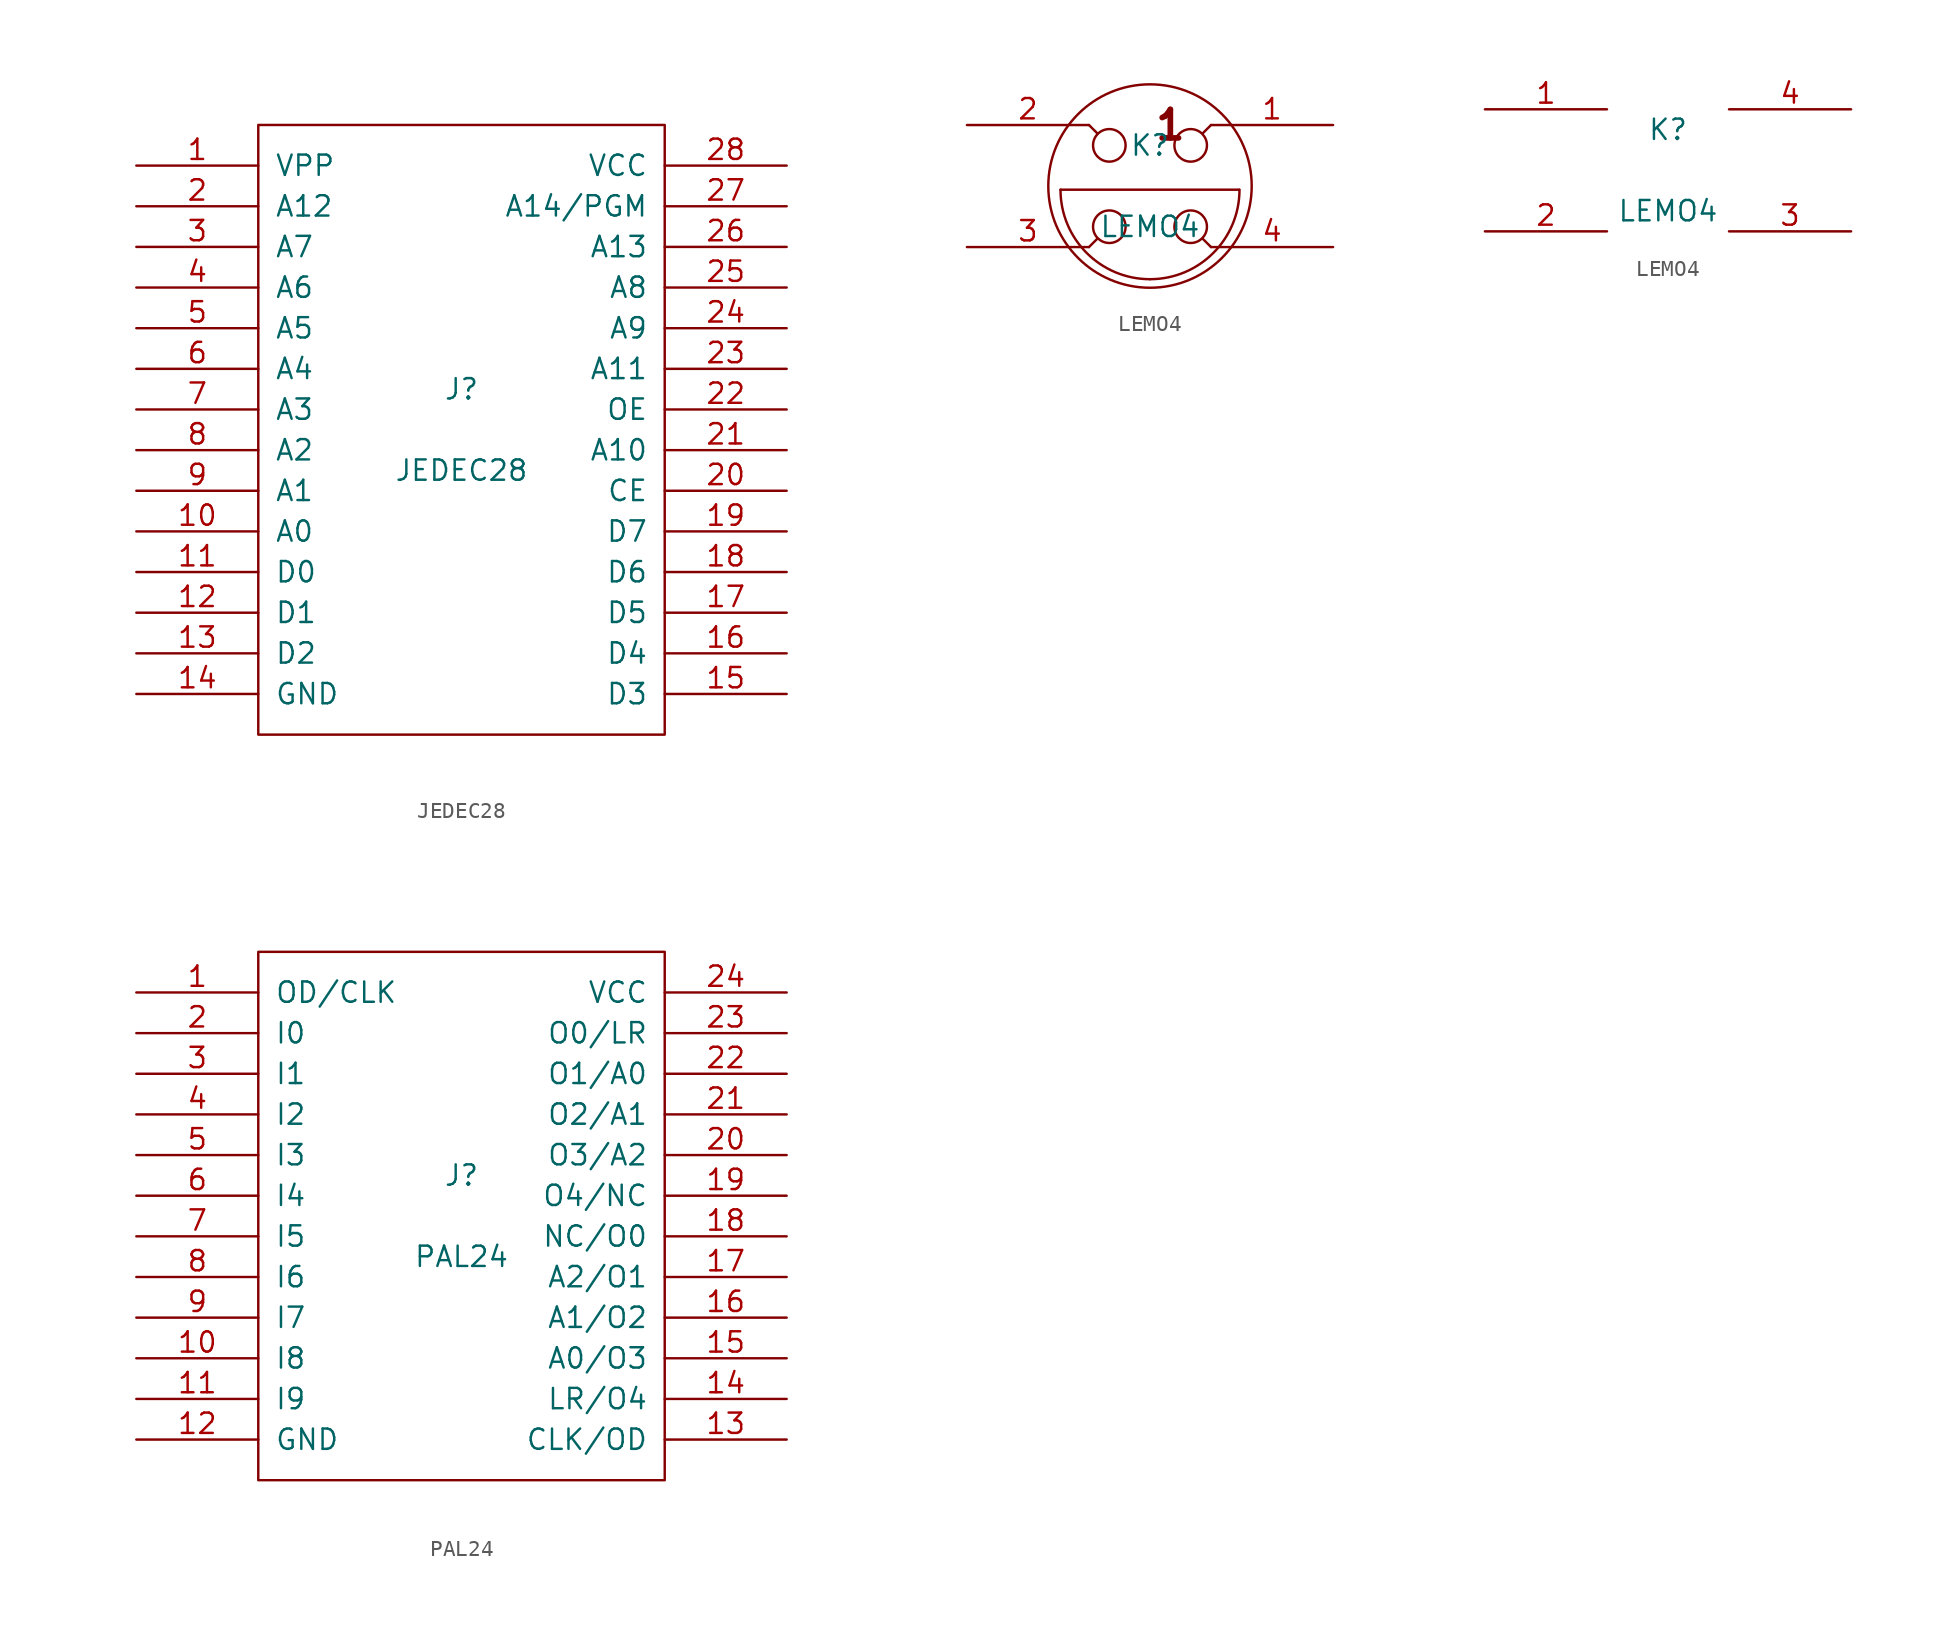
<source format=kicad_sym>
(kicad_symbol_lib
  (version 20211014)
  (generator kicad_symbol_editor)
  (symbol "JEDEC28"
    (pin_names
      (offset 1.016))
    (property "Reference" "J"
      (at 0 2.54 0)
      (effects (font (size 1.27 1.27))))
    (property "Value" "JEDEC28"
      (at 0 -2.54 0)
      (effects (font (size 1.27 1.27))))
    (property "Footprint" ""
      (at 0 0 0)
      (effects (font (size 1.27 1.27))))
    (property "Datasheet" ""
      (at 0 0 0)
      (effects (font (size 1.27 1.27))))
    (symbol "JEDEC28_0_1"
      (rectangle (start -12.7 -19.05) (end 12.7 19.05) (stroke (width 0) (type default) (color 0 0 0 0)) (fill (type none))))
    (symbol "JEDEC28_1_1"
      (pin passive line (at -20.32 16.51 0) (length 7.62) (name "VPP" (effects (font (size 1.27 1.27)))) (number "1" (effects (font (size 1.27 1.27)))))
      (pin passive line (at -20.32 -6.35 0) (length 7.62) (name "A0" (effects (font (size 1.27 1.27)))) (number "10" (effects (font (size 1.27 1.27)))))
      (pin passive line (at -20.32 -8.89 0) (length 7.62) (name "D0" (effects (font (size 1.27 1.27)))) (number "11" (effects (font (size 1.27 1.27)))))
      (pin input line (at -20.32 -11.43 0) (length 7.62) (name "D1" (effects (font (size 1.27 1.27)))) (number "12" (effects (font (size 1.27 1.27)))))
      (pin passive line (at -20.32 -13.97 0) (length 7.62) (name "D2" (effects (font (size 1.27 1.27)))) (number "13" (effects (font (size 1.27 1.27)))))
      (pin passive line (at -20.32 -16.51 0) (length 7.62) (name "GND" (effects (font (size 1.27 1.27)))) (number "14" (effects (font (size 1.27 1.27)))))
      (pin passive line (at 20.32 -16.51 180) (length 7.62) (name "D3" (effects (font (size 1.27 1.27)))) (number "15" (effects (font (size 1.27 1.27)))))
      (pin passive line (at 20.32 -13.97 180) (length 7.62) (name "D4" (effects (font (size 1.27 1.27)))) (number "16" (effects (font (size 1.27 1.27)))))
      (pin passive line (at 20.32 -11.43 180) (length 7.62) (name "D5" (effects (font (size 1.27 1.27)))) (number "17" (effects (font (size 1.27 1.27)))))
      (pin passive line (at 20.32 -8.89 180) (length 7.62) (name "D6" (effects (font (size 1.27 1.27)))) (number "18" (effects (font (size 1.27 1.27)))))
      (pin passive line (at 20.32 -6.35 180) (length 7.62) (name "D7" (effects (font (size 1.27 1.27)))) (number "19" (effects (font (size 1.27 1.27)))))
      (pin passive line (at -20.32 13.97 0) (length 7.62) (name "A12" (effects (font (size 1.27 1.27)))) (number "2" (effects (font (size 1.27 1.27)))))
      (pin passive line (at 20.32 -3.81 180) (length 7.62) (name "CE" (effects (font (size 1.27 1.27)))) (number "20" (effects (font (size 1.27 1.27)))))
      (pin passive line (at 20.32 -1.27 180) (length 7.62) (name "A10" (effects (font (size 1.27 1.27)))) (number "21" (effects (font (size 1.27 1.27)))))
      (pin passive line (at 20.32 1.27 180) (length 7.62) (name "OE" (effects (font (size 1.27 1.27)))) (number "22" (effects (font (size 1.27 1.27)))))
      (pin passive line (at 20.32 3.81 180) (length 7.62) (name "A11" (effects (font (size 1.27 1.27)))) (number "23" (effects (font (size 1.27 1.27)))))
      (pin passive line (at 20.32 6.35 180) (length 7.62) (name "A9" (effects (font (size 1.27 1.27)))) (number "24" (effects (font (size 1.27 1.27)))))
      (pin passive line (at 20.32 8.89 180) (length 7.62) (name "A8" (effects (font (size 1.27 1.27)))) (number "25" (effects (font (size 1.27 1.27)))))
      (pin passive line (at 20.32 11.43 180) (length 7.62) (name "A13" (effects (font (size 1.27 1.27)))) (number "26" (effects (font (size 1.27 1.27)))))
      (pin passive line (at 20.32 13.97 180) (length 7.62) (name "A14/PGM" (effects (font (size 1.27 1.27)))) (number "27" (effects (font (size 1.27 1.27)))))
      (pin passive line (at 20.32 16.51 180) (length 7.62) (name "VCC" (effects (font (size 1.27 1.27)))) (number "28" (effects (font (size 1.27 1.27)))))
      (pin passive line (at -20.32 11.43 0) (length 7.62) (name "A7" (effects (font (size 1.27 1.27)))) (number "3" (effects (font (size 1.27 1.27)))))
      (pin passive line (at -20.32 8.89 0) (length 7.62) (name "A6" (effects (font (size 1.27 1.27)))) (number "4" (effects (font (size 1.27 1.27)))))
      (pin passive line (at -20.32 6.35 0) (length 7.62) (name "A5" (effects (font (size 1.27 1.27)))) (number "5" (effects (font (size 1.27 1.27)))))
      (pin passive line (at -20.32 3.81 0) (length 7.62) (name "A4" (effects (font (size 1.27 1.27)))) (number "6" (effects (font (size 1.27 1.27)))))
      (pin passive line (at -20.32 1.27 0) (length 7.62) (name "A3" (effects (font (size 1.27 1.27)))) (number "7" (effects (font (size 1.27 1.27)))))
      (pin passive line (at -20.32 -1.27 0) (length 7.62) (name "A2" (effects (font (size 1.27 1.27)))) (number "8" (effects (font (size 1.27 1.27)))))
      (pin passive line (at -20.32 -3.81 0) (length 7.62) (name "A1" (effects (font (size 1.27 1.27)))) (number "9" (effects (font (size 1.27 1.27)))))))
  (symbol "LEMO4"
    (pin_names
      (offset 1.016) hide)
    (property "Reference" "K"
      (at 0 2.54 0)
      (effects (font (size 1.27 1.27))))
    (property "Value" "LEMO4"
      (at 0 -2.54 0)
      (effects (font (size 1.27 1.27))))
    (property "Footprint" ""
      (at 0 0 0)
      (effects (font (size 1.27 1.27))))
    (property "Datasheet" ""
      (at 0 0 0)
      (effects (font (size 1.27 1.27))))
    (symbol "LEMO4_0_1"
      (arc (start -5.588 -0.2286) (mid -3.9513 -4.1799) (end 0 -5.8166) (stroke (width 0) (type default) (color 0 0 0 0)) (fill (type none)))
      (circle (center -2.54 -2.54) (radius 1.016) (stroke (width 0) (type default) (color 0 0 0 0)) (fill (type none)))
      (circle (center -2.54 2.54) (radius 1.016) (stroke (width 0) (type default) (color 0 0 0 0)) (fill (type none)))
      (arc (start 0 -5.8166) (mid 3.9513 -4.1799) (end 5.588 -0.2286) (stroke (width 0) (type default) (color 0 0 0 0)) (fill (type none)))
      (polyline (pts (xy -5.588 -0.229) (xy 5.563 -0.229)) (stroke (width 0) (type default) (color 0 0 0 0)) (fill (type none)))
      (polyline (pts (xy -3.81 -3.81) (xy -3.302 -3.302)) (stroke (width 0) (type default) (color 0 0 0 0)) (fill (type none)))
      (polyline (pts (xy -3.81 3.81) (xy -3.302 3.302)) (stroke (width 0) (type default) (color 0 0 0 0)) (fill (type none)))
      (polyline (pts (xy 3.81 -3.81) (xy 3.302 -3.302)) (stroke (width 0) (type default) (color 0 0 0 0)) (fill (type none)))
      (polyline (pts (xy 3.81 3.81) (xy 3.302 3.302)) (stroke (width 0) (type default) (color 0 0 0 0)) (fill (type none)))
      (circle (center 0 0) (radius 6.35) (stroke (width 0) (type default) (color 0 0 0 0)) (fill (type none)))
      (circle (center 2.54 -2.54) (radius 1.016) (stroke (width 0) (type default) (color 0 0 0 0)) (fill (type none)))
      (circle (center 2.54 2.54) (radius 1.016) (stroke (width 0) (type default) (color 0 0 0 0)) (fill (type none)))
      (text "1" (at 1.27 3.81 0) (effects (font (size 1.778 1.778) bold))))
    (symbol "LEMO4_1_1"
      (pin bidirectional line (at 11.43 3.81 180) (length 7.62) (name "~" (effects (font (size 1.27 1.27)))) (number "1" (effects (font (size 1.27 1.27)))))
      (pin bidirectional line (at -11.43 3.81 0) (length 7.62) (name "~" (effects (font (size 1.27 1.27)))) (number "2" (effects (font (size 1.27 1.27)))))
      (pin bidirectional line (at -11.43 -3.81 0) (length 7.62) (name "~" (effects (font (size 1.27 1.27)))) (number "3" (effects (font (size 1.27 1.27)))))
      (pin bidirectional line (at 11.43 -3.81 180) (length 7.62) (name "~" (effects (font (size 1.27 1.27)))) (number "4" (effects (font (size 1.27 1.27))))))
    (symbol "LEMO4_1_2"
      (pin bidirectional line (at -11.43 3.81 0) (length 7.62) (name "~" (effects (font (size 1.27 1.27)))) (number "1" (effects (font (size 1.27 1.27)))))
      (pin bidirectional line (at -11.43 -3.81 0) (length 7.62) (name "~" (effects (font (size 1.27 1.27)))) (number "2" (effects (font (size 1.27 1.27)))))
      (pin bidirectional line (at 11.43 -3.81 180) (length 7.62) (name "~" (effects (font (size 1.27 1.27)))) (number "3" (effects (font (size 1.27 1.27)))))
      (pin bidirectional line (at 11.43 3.81 180) (length 7.62) (name "~" (effects (font (size 1.27 1.27)))) (number "4" (effects (font (size 1.27 1.27)))))))
  (symbol "PAL24"
    (pin_names
      (offset 1.016))
    (property "Reference" "J"
      (at 0 2.54 0)
      (effects (font (size 1.27 1.27))))
    (property "Value" "PAL24"
      (at 0 -2.54 0)
      (effects (font (size 1.27 1.27))))
    (property "Footprint" ""
      (at 0 0 0)
      (effects (font (size 1.27 1.27))))
    (property "Datasheet" ""
      (at 0 0 0)
      (effects (font (size 1.27 1.27))))
    (symbol "PAL24_0_1"
      (rectangle (start -12.7 -16.51) (end 12.7 16.51) (stroke (width 0) (type default) (color 0 0 0 0)) (fill (type none))))
    (symbol "PAL24_1_1"
      (pin passive line (at -20.32 13.97 0) (length 7.62) (name "OD/CLK" (effects (font (size 1.27 1.27)))) (number "1" (effects (font (size 1.27 1.27)))))
      (pin passive line (at -20.32 -8.89 0) (length 7.62) (name "I8" (effects (font (size 1.27 1.27)))) (number "10" (effects (font (size 1.27 1.27)))))
      (pin passive line (at -20.32 -11.43 0) (length 7.62) (name "I9" (effects (font (size 1.27 1.27)))) (number "11" (effects (font (size 1.27 1.27)))))
      (pin passive line (at -20.32 -13.97 0) (length 7.62) (name "GND" (effects (font (size 1.27 1.27)))) (number "12" (effects (font (size 1.27 1.27)))))
      (pin passive line (at 20.32 -13.97 180) (length 7.62) (name "CLK/OD" (effects (font (size 1.27 1.27)))) (number "13" (effects (font (size 1.27 1.27)))))
      (pin passive line (at 20.32 -11.43 180) (length 7.62) (name "LR/O4" (effects (font (size 1.27 1.27)))) (number "14" (effects (font (size 1.27 1.27)))))
      (pin passive line (at 20.32 -8.89 180) (length 7.62) (name "A0/O3" (effects (font (size 1.27 1.27)))) (number "15" (effects (font (size 1.27 1.27)))))
      (pin passive line (at 20.32 -6.35 180) (length 7.62) (name "A1/O2" (effects (font (size 1.27 1.27)))) (number "16" (effects (font (size 1.27 1.27)))))
      (pin passive line (at 20.32 -3.81 180) (length 7.62) (name "A2/O1" (effects (font (size 1.27 1.27)))) (number "17" (effects (font (size 1.27 1.27)))))
      (pin passive line (at 20.32 -1.27 180) (length 7.62) (name "NC/O0" (effects (font (size 1.27 1.27)))) (number "18" (effects (font (size 1.27 1.27)))))
      (pin passive line (at 20.32 1.27 180) (length 7.62) (name "O4/NC" (effects (font (size 1.27 1.27)))) (number "19" (effects (font (size 1.27 1.27)))))
      (pin passive line (at -20.32 11.43 0) (length 7.62) (name "I0" (effects (font (size 1.27 1.27)))) (number "2" (effects (font (size 1.27 1.27)))))
      (pin passive line (at 20.32 3.81 180) (length 7.62) (name "O3/A2" (effects (font (size 1.27 1.27)))) (number "20" (effects (font (size 1.27 1.27)))))
      (pin passive line (at 20.32 6.35 180) (length 7.62) (name "O2/A1" (effects (font (size 1.27 1.27)))) (number "21" (effects (font (size 1.27 1.27)))))
      (pin passive line (at 20.32 8.89 180) (length 7.62) (name "O1/A0" (effects (font (size 1.27 1.27)))) (number "22" (effects (font (size 1.27 1.27)))))
      (pin passive line (at 20.32 11.43 180) (length 7.62) (name "O0/LR" (effects (font (size 1.27 1.27)))) (number "23" (effects (font (size 1.27 1.27)))))
      (pin passive line (at 20.32 13.97 180) (length 7.62) (name "VCC" (effects (font (size 1.27 1.27)))) (number "24" (effects (font (size 1.27 1.27)))))
      (pin passive line (at -20.32 8.89 0) (length 7.62) (name "I1" (effects (font (size 1.27 1.27)))) (number "3" (effects (font (size 1.27 1.27)))))
      (pin passive line (at -20.32 6.35 0) (length 7.62) (name "I2" (effects (font (size 1.27 1.27)))) (number "4" (effects (font (size 1.27 1.27)))))
      (pin passive line (at -20.32 3.81 0) (length 7.62) (name "I3" (effects (font (size 1.27 1.27)))) (number "5" (effects (font (size 1.27 1.27)))))
      (pin passive line (at -20.32 1.27 0) (length 7.62) (name "I4" (effects (font (size 1.27 1.27)))) (number "6" (effects (font (size 1.27 1.27)))))
      (pin passive line (at -20.32 -1.27 0) (length 7.62) (name "I5" (effects (font (size 1.27 1.27)))) (number "7" (effects (font (size 1.27 1.27)))))
      (pin passive line (at -20.32 -3.81 0) (length 7.62) (name "I6" (effects (font (size 1.27 1.27)))) (number "8" (effects (font (size 1.27 1.27)))))
      (pin passive line (at -20.32 -6.35 0) (length 7.62) (name "I7" (effects (font (size 1.27 1.27)))) (number "9" (effects (font (size 1.27 1.27))))))))
</source>
